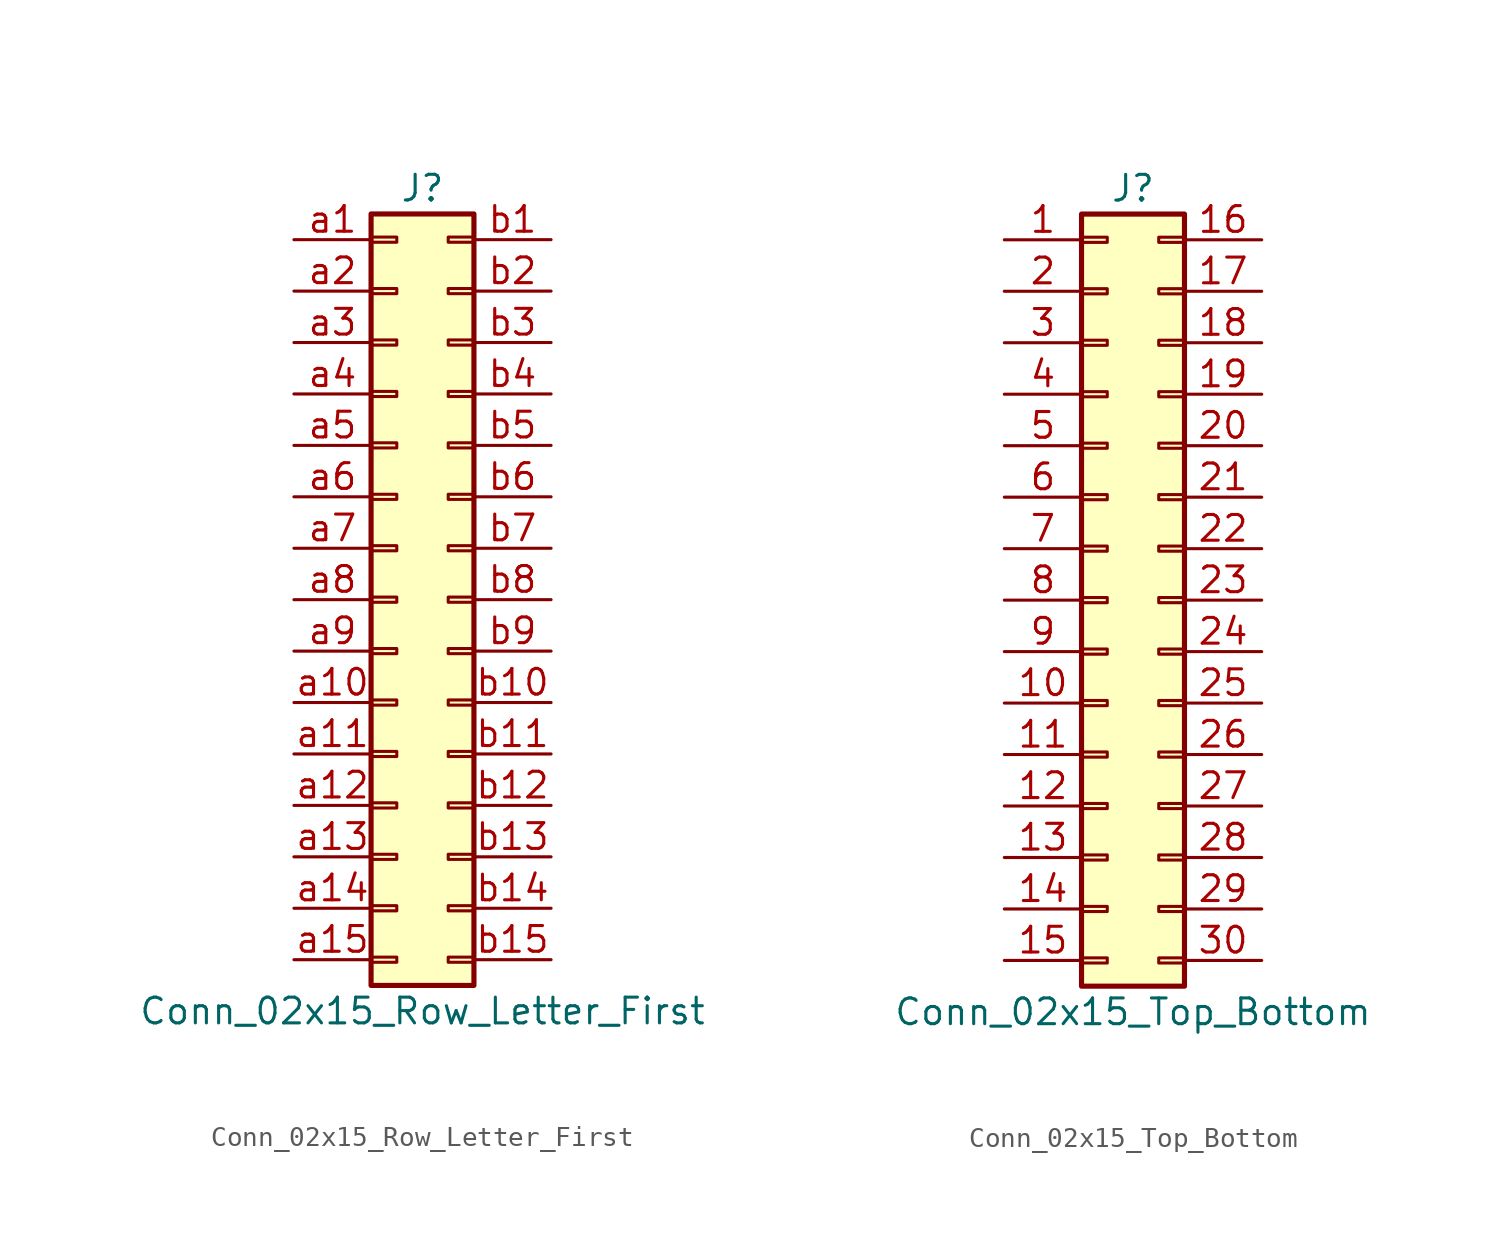
<source format=kicad_sym>
(kicad_symbol_lib
  (version 20201005)
  (generator kicad_symbol_editor)
  (symbol "Conn_02x15_Row_Letter_First"
    (pin_names
      (offset 1.016) hide)
    (property "Reference" "J"
      (at 1.27 20.32 0)
      (effects (font (size 1.27 1.27))))
    (property "Value" "Conn_02x15_Row_Letter_First"
      (at 1.27 -20.32 0)
      (effects (font (size 1.27 1.27))))
    (symbol "Conn_02x15_Row_Letter_First_1_1"
      (rectangle (start -1.27 -17.653) (end 0 -17.907) (stroke (width 0.152)) (fill (type none)))
      (rectangle (start -1.27 -15.113) (end 0 -15.367) (stroke (width 0.152)) (fill (type none)))
      (rectangle (start -1.27 -12.573) (end 0 -12.827) (stroke (width 0.152)) (fill (type none)))
      (rectangle (start -1.27 -10.033) (end 0 -10.287) (stroke (width 0.152)) (fill (type none)))
      (rectangle (start -1.27 -7.493) (end 0 -7.747) (stroke (width 0.152)) (fill (type none)))
      (rectangle (start -1.27 -4.953) (end 0 -5.207) (stroke (width 0.152)) (fill (type none)))
      (rectangle (start -1.27 -2.413) (end 0 -2.667) (stroke (width 0.152)) (fill (type none)))
      (rectangle (start -1.27 0.127) (end 0 -0.127) (stroke (width 0.152)) (fill (type none)))
      (rectangle (start -1.27 2.667) (end 0 2.413) (stroke (width 0.152)) (fill (type none)))
      (rectangle (start -1.27 5.207) (end 0 4.953) (stroke (width 0.152)) (fill (type none)))
      (rectangle (start -1.27 7.747) (end 0 7.493) (stroke (width 0.152)) (fill (type none)))
      (rectangle (start -1.27 10.287) (end 0 10.033) (stroke (width 0.152)) (fill (type none)))
      (rectangle (start -1.27 12.827) (end 0 12.573) (stroke (width 0.152)) (fill (type none)))
      (rectangle (start -1.27 15.367) (end 0 15.113) (stroke (width 0.152)) (fill (type none)))
      (rectangle (start -1.27 17.907) (end 0 17.653) (stroke (width 0.152)) (fill (type none)))
      (rectangle (start 3.81 -17.653) (end 2.54 -17.907) (stroke (width 0.152)) (fill (type none)))
      (rectangle (start 3.81 -15.113) (end 2.54 -15.367) (stroke (width 0.152)) (fill (type none)))
      (rectangle (start 3.81 -12.573) (end 2.54 -12.827) (stroke (width 0.152)) (fill (type none)))
      (rectangle (start 3.81 -10.033) (end 2.54 -10.287) (stroke (width 0.152)) (fill (type none)))
      (rectangle (start 3.81 -7.493) (end 2.54 -7.747) (stroke (width 0.152)) (fill (type none)))
      (rectangle (start 3.81 -4.953) (end 2.54 -5.207) (stroke (width 0.152)) (fill (type none)))
      (rectangle (start 3.81 -2.413) (end 2.54 -2.667) (stroke (width 0.152)) (fill (type none)))
      (rectangle (start 3.81 0.127) (end 2.54 -0.127) (stroke (width 0.152)) (fill (type none)))
      (rectangle (start 3.81 2.667) (end 2.54 2.413) (stroke (width 0.152)) (fill (type none)))
      (rectangle (start 3.81 5.207) (end 2.54 4.953) (stroke (width 0.152)) (fill (type none)))
      (rectangle (start 3.81 7.747) (end 2.54 7.493) (stroke (width 0.152)) (fill (type none)))
      (rectangle (start 3.81 10.287) (end 2.54 10.033) (stroke (width 0.152)) (fill (type none)))
      (rectangle (start 3.81 12.827) (end 2.54 12.573) (stroke (width 0.152)) (fill (type none)))
      (rectangle (start 3.81 15.367) (end 2.54 15.113) (stroke (width 0.152)) (fill (type none)))
      (rectangle (start 3.81 17.907) (end 2.54 17.653) (stroke (width 0.152)) (fill (type none)))
      (rectangle (start -1.27 19.05) (end 3.81 -19.05) (stroke (width 0.254)) (fill (type background)))
      (pin passive line (at -5.08 17.78 0) (length 3.81) (name "Pin_a1" (effects (font (size 1.27 1.27)))) (number "a1" (effects (font (size 1.27 1.27)))))
      (pin passive line (at -5.08 -5.08 0) (length 3.81) (name "Pin_a10" (effects (font (size 1.27 1.27)))) (number "a10" (effects (font (size 1.27 1.27)))))
      (pin passive line (at -5.08 -7.62 0) (length 3.81) (name "Pin_a11" (effects (font (size 1.27 1.27)))) (number "a11" (effects (font (size 1.27 1.27)))))
      (pin passive line (at -5.08 -10.16 0) (length 3.81) (name "Pin_a12" (effects (font (size 1.27 1.27)))) (number "a12" (effects (font (size 1.27 1.27)))))
      (pin passive line (at -5.08 -12.7 0) (length 3.81) (name "Pin_a13" (effects (font (size 1.27 1.27)))) (number "a13" (effects (font (size 1.27 1.27)))))
      (pin passive line (at -5.08 -15.24 0) (length 3.81) (name "Pin_a14" (effects (font (size 1.27 1.27)))) (number "a14" (effects (font (size 1.27 1.27)))))
      (pin passive line (at -5.08 -17.78 0) (length 3.81) (name "Pin_a15" (effects (font (size 1.27 1.27)))) (number "a15" (effects (font (size 1.27 1.27)))))
      (pin passive line (at -5.08 15.24 0) (length 3.81) (name "Pin_a2" (effects (font (size 1.27 1.27)))) (number "a2" (effects (font (size 1.27 1.27)))))
      (pin passive line (at -5.08 12.7 0) (length 3.81) (name "Pin_a3" (effects (font (size 1.27 1.27)))) (number "a3" (effects (font (size 1.27 1.27)))))
      (pin passive line (at -5.08 10.16 0) (length 3.81) (name "Pin_a4" (effects (font (size 1.27 1.27)))) (number "a4" (effects (font (size 1.27 1.27)))))
      (pin passive line (at -5.08 7.62 0) (length 3.81) (name "Pin_a5" (effects (font (size 1.27 1.27)))) (number "a5" (effects (font (size 1.27 1.27)))))
      (pin passive line (at -5.08 5.08 0) (length 3.81) (name "Pin_a6" (effects (font (size 1.27 1.27)))) (number "a6" (effects (font (size 1.27 1.27)))))
      (pin passive line (at -5.08 2.54 0) (length 3.81) (name "Pin_a7" (effects (font (size 1.27 1.27)))) (number "a7" (effects (font (size 1.27 1.27)))))
      (pin passive line (at -5.08 0 0) (length 3.81) (name "Pin_a8" (effects (font (size 1.27 1.27)))) (number "a8" (effects (font (size 1.27 1.27)))))
      (pin passive line (at -5.08 -2.54 0) (length 3.81) (name "Pin_a9" (effects (font (size 1.27 1.27)))) (number "a9" (effects (font (size 1.27 1.27)))))
      (pin passive line (at 7.62 17.78 180) (length 3.81) (name "Pin_b1" (effects (font (size 1.27 1.27)))) (number "b1" (effects (font (size 1.27 1.27)))))
      (pin passive line (at 7.62 -5.08 180) (length 3.81) (name "Pin_b10" (effects (font (size 1.27 1.27)))) (number "b10" (effects (font (size 1.27 1.27)))))
      (pin passive line (at 7.62 -7.62 180) (length 3.81) (name "Pin_b11" (effects (font (size 1.27 1.27)))) (number "b11" (effects (font (size 1.27 1.27)))))
      (pin passive line (at 7.62 -10.16 180) (length 3.81) (name "Pin_b12" (effects (font (size 1.27 1.27)))) (number "b12" (effects (font (size 1.27 1.27)))))
      (pin passive line (at 7.62 -12.7 180) (length 3.81) (name "Pin_b13" (effects (font (size 1.27 1.27)))) (number "b13" (effects (font (size 1.27 1.27)))))
      (pin passive line (at 7.62 -15.24 180) (length 3.81) (name "Pin_b14" (effects (font (size 1.27 1.27)))) (number "b14" (effects (font (size 1.27 1.27)))))
      (pin passive line (at 7.62 -17.78 180) (length 3.81) (name "Pin_b15" (effects (font (size 1.27 1.27)))) (number "b15" (effects (font (size 1.27 1.27)))))
      (pin passive line (at 7.62 15.24 180) (length 3.81) (name "Pin_b2" (effects (font (size 1.27 1.27)))) (number "b2" (effects (font (size 1.27 1.27)))))
      (pin passive line (at 7.62 12.7 180) (length 3.81) (name "Pin_b3" (effects (font (size 1.27 1.27)))) (number "b3" (effects (font (size 1.27 1.27)))))
      (pin passive line (at 7.62 10.16 180) (length 3.81) (name "Pin_b4" (effects (font (size 1.27 1.27)))) (number "b4" (effects (font (size 1.27 1.27)))))
      (pin passive line (at 7.62 7.62 180) (length 3.81) (name "Pin_b5" (effects (font (size 1.27 1.27)))) (number "b5" (effects (font (size 1.27 1.27)))))
      (pin passive line (at 7.62 5.08 180) (length 3.81) (name "Pin_b6" (effects (font (size 1.27 1.27)))) (number "b6" (effects (font (size 1.27 1.27)))))
      (pin passive line (at 7.62 2.54 180) (length 3.81) (name "Pin_b7" (effects (font (size 1.27 1.27)))) (number "b7" (effects (font (size 1.27 1.27)))))
      (pin passive line (at 7.62 0 180) (length 3.81) (name "Pin_b8" (effects (font (size 1.27 1.27)))) (number "b8" (effects (font (size 1.27 1.27)))))
      (pin passive line (at 7.62 -2.54 180) (length 3.81) (name "Pin_b9" (effects (font (size 1.27 1.27)))) (number "b9" (effects (font (size 1.27 1.27)))))))
  (symbol "Conn_02x15_Top_Bottom"
    (pin_names
      (offset 1.016) hide)
    (property "Reference" "J"
      (at 1.27 20.32 0)
      (effects (font (size 1.27 1.27))))
    (property "Value" "Conn_02x15_Top_Bottom"
      (at 1.27 -20.32 0)
      (effects (font (size 1.27 1.27))))
    (symbol "Conn_02x15_Top_Bottom_1_1"
      (rectangle (start -1.27 -17.653) (end 0 -17.907) (stroke (width 0.152)) (fill (type none)))
      (rectangle (start -1.27 -15.113) (end 0 -15.367) (stroke (width 0.152)) (fill (type none)))
      (rectangle (start -1.27 -12.573) (end 0 -12.827) (stroke (width 0.152)) (fill (type none)))
      (rectangle (start -1.27 -10.033) (end 0 -10.287) (stroke (width 0.152)) (fill (type none)))
      (rectangle (start -1.27 -7.493) (end 0 -7.747) (stroke (width 0.152)) (fill (type none)))
      (rectangle (start -1.27 -4.953) (end 0 -5.207) (stroke (width 0.152)) (fill (type none)))
      (rectangle (start -1.27 -2.413) (end 0 -2.667) (stroke (width 0.152)) (fill (type none)))
      (rectangle (start -1.27 0.127) (end 0 -0.127) (stroke (width 0.152)) (fill (type none)))
      (rectangle (start -1.27 2.667) (end 0 2.413) (stroke (width 0.152)) (fill (type none)))
      (rectangle (start -1.27 5.207) (end 0 4.953) (stroke (width 0.152)) (fill (type none)))
      (rectangle (start -1.27 7.747) (end 0 7.493) (stroke (width 0.152)) (fill (type none)))
      (rectangle (start -1.27 10.287) (end 0 10.033) (stroke (width 0.152)) (fill (type none)))
      (rectangle (start -1.27 12.827) (end 0 12.573) (stroke (width 0.152)) (fill (type none)))
      (rectangle (start -1.27 15.367) (end 0 15.113) (stroke (width 0.152)) (fill (type none)))
      (rectangle (start -1.27 17.907) (end 0 17.653) (stroke (width 0.152)) (fill (type none)))
      (rectangle (start 3.81 -17.653) (end 2.54 -17.907) (stroke (width 0.152)) (fill (type none)))
      (rectangle (start 3.81 -15.113) (end 2.54 -15.367) (stroke (width 0.152)) (fill (type none)))
      (rectangle (start 3.81 -12.573) (end 2.54 -12.827) (stroke (width 0.152)) (fill (type none)))
      (rectangle (start 3.81 -10.033) (end 2.54 -10.287) (stroke (width 0.152)) (fill (type none)))
      (rectangle (start 3.81 -7.493) (end 2.54 -7.747) (stroke (width 0.152)) (fill (type none)))
      (rectangle (start 3.81 -4.953) (end 2.54 -5.207) (stroke (width 0.152)) (fill (type none)))
      (rectangle (start 3.81 -2.413) (end 2.54 -2.667) (stroke (width 0.152)) (fill (type none)))
      (rectangle (start 3.81 0.127) (end 2.54 -0.127) (stroke (width 0.152)) (fill (type none)))
      (rectangle (start 3.81 2.667) (end 2.54 2.413) (stroke (width 0.152)) (fill (type none)))
      (rectangle (start 3.81 5.207) (end 2.54 4.953) (stroke (width 0.152)) (fill (type none)))
      (rectangle (start 3.81 7.747) (end 2.54 7.493) (stroke (width 0.152)) (fill (type none)))
      (rectangle (start 3.81 10.287) (end 2.54 10.033) (stroke (width 0.152)) (fill (type none)))
      (rectangle (start 3.81 12.827) (end 2.54 12.573) (stroke (width 0.152)) (fill (type none)))
      (rectangle (start 3.81 15.367) (end 2.54 15.113) (stroke (width 0.152)) (fill (type none)))
      (rectangle (start 3.81 17.907) (end 2.54 17.653) (stroke (width 0.152)) (fill (type none)))
      (rectangle (start -1.27 19.05) (end 3.81 -19.05) (stroke (width 0.254)) (fill (type background)))
      (pin passive line (at -5.08 17.78 0) (length 3.81) (name "Pin_1" (effects (font (size 1.27 1.27)))) (number "1" (effects (font (size 1.27 1.27)))))
      (pin passive line (at -5.08 -5.08 0) (length 3.81) (name "Pin_10" (effects (font (size 1.27 1.27)))) (number "10" (effects (font (size 1.27 1.27)))))
      (pin passive line (at -5.08 -7.62 0) (length 3.81) (name "Pin_11" (effects (font (size 1.27 1.27)))) (number "11" (effects (font (size 1.27 1.27)))))
      (pin passive line (at -5.08 -10.16 0) (length 3.81) (name "Pin_12" (effects (font (size 1.27 1.27)))) (number "12" (effects (font (size 1.27 1.27)))))
      (pin passive line (at -5.08 -12.7 0) (length 3.81) (name "Pin_13" (effects (font (size 1.27 1.27)))) (number "13" (effects (font (size 1.27 1.27)))))
      (pin passive line (at -5.08 -15.24 0) (length 3.81) (name "Pin_14" (effects (font (size 1.27 1.27)))) (number "14" (effects (font (size 1.27 1.27)))))
      (pin passive line (at -5.08 -17.78 0) (length 3.81) (name "Pin_15" (effects (font (size 1.27 1.27)))) (number "15" (effects (font (size 1.27 1.27)))))
      (pin passive line (at 7.62 17.78 180) (length 3.81) (name "Pin_16" (effects (font (size 1.27 1.27)))) (number "16" (effects (font (size 1.27 1.27)))))
      (pin passive line (at 7.62 15.24 180) (length 3.81) (name "Pin_17" (effects (font (size 1.27 1.27)))) (number "17" (effects (font (size 1.27 1.27)))))
      (pin passive line (at 7.62 12.7 180) (length 3.81) (name "Pin_18" (effects (font (size 1.27 1.27)))) (number "18" (effects (font (size 1.27 1.27)))))
      (pin passive line (at 7.62 10.16 180) (length 3.81) (name "Pin_19" (effects (font (size 1.27 1.27)))) (number "19" (effects (font (size 1.27 1.27)))))
      (pin passive line (at -5.08 15.24 0) (length 3.81) (name "Pin_2" (effects (font (size 1.27 1.27)))) (number "2" (effects (font (size 1.27 1.27)))))
      (pin passive line (at 7.62 7.62 180) (length 3.81) (name "Pin_20" (effects (font (size 1.27 1.27)))) (number "20" (effects (font (size 1.27 1.27)))))
      (pin passive line (at 7.62 5.08 180) (length 3.81) (name "Pin_21" (effects (font (size 1.27 1.27)))) (number "21" (effects (font (size 1.27 1.27)))))
      (pin passive line (at 7.62 2.54 180) (length 3.81) (name "Pin_22" (effects (font (size 1.27 1.27)))) (number "22" (effects (font (size 1.27 1.27)))))
      (pin passive line (at 7.62 0 180) (length 3.81) (name "Pin_23" (effects (font (size 1.27 1.27)))) (number "23" (effects (font (size 1.27 1.27)))))
      (pin passive line (at 7.62 -2.54 180) (length 3.81) (name "Pin_24" (effects (font (size 1.27 1.27)))) (number "24" (effects (font (size 1.27 1.27)))))
      (pin passive line (at 7.62 -5.08 180) (length 3.81) (name "Pin_25" (effects (font (size 1.27 1.27)))) (number "25" (effects (font (size 1.27 1.27)))))
      (pin passive line (at 7.62 -7.62 180) (length 3.81) (name "Pin_26" (effects (font (size 1.27 1.27)))) (number "26" (effects (font (size 1.27 1.27)))))
      (pin passive line (at 7.62 -10.16 180) (length 3.81) (name "Pin_27" (effects (font (size 1.27 1.27)))) (number "27" (effects (font (size 1.27 1.27)))))
      (pin passive line (at 7.62 -12.7 180) (length 3.81) (name "Pin_28" (effects (font (size 1.27 1.27)))) (number "28" (effects (font (size 1.27 1.27)))))
      (pin passive line (at 7.62 -15.24 180) (length 3.81) (name "Pin_29" (effects (font (size 1.27 1.27)))) (number "29" (effects (font (size 1.27 1.27)))))
      (pin passive line (at -5.08 12.7 0) (length 3.81) (name "Pin_3" (effects (font (size 1.27 1.27)))) (number "3" (effects (font (size 1.27 1.27)))))
      (pin passive line (at 7.62 -17.78 180) (length 3.81) (name "Pin_30" (effects (font (size 1.27 1.27)))) (number "30" (effects (font (size 1.27 1.27)))))
      (pin passive line (at -5.08 10.16 0) (length 3.81) (name "Pin_4" (effects (font (size 1.27 1.27)))) (number "4" (effects (font (size 1.27 1.27)))))
      (pin passive line (at -5.08 7.62 0) (length 3.81) (name "Pin_5" (effects (font (size 1.27 1.27)))) (number "5" (effects (font (size 1.27 1.27)))))
      (pin passive line (at -5.08 5.08 0) (length 3.81) (name "Pin_6" (effects (font (size 1.27 1.27)))) (number "6" (effects (font (size 1.27 1.27)))))
      (pin passive line (at -5.08 2.54 0) (length 3.81) (name "Pin_7" (effects (font (size 1.27 1.27)))) (number "7" (effects (font (size 1.27 1.27)))))
      (pin passive line (at -5.08 0 0) (length 3.81) (name "Pin_8" (effects (font (size 1.27 1.27)))) (number "8" (effects (font (size 1.27 1.27)))))
      (pin passive line (at -5.08 -2.54 0) (length 3.81) (name "Pin_9" (effects (font (size 1.27 1.27)))) (number "9" (effects (font (size 1.27 1.27))))))))
</source>
